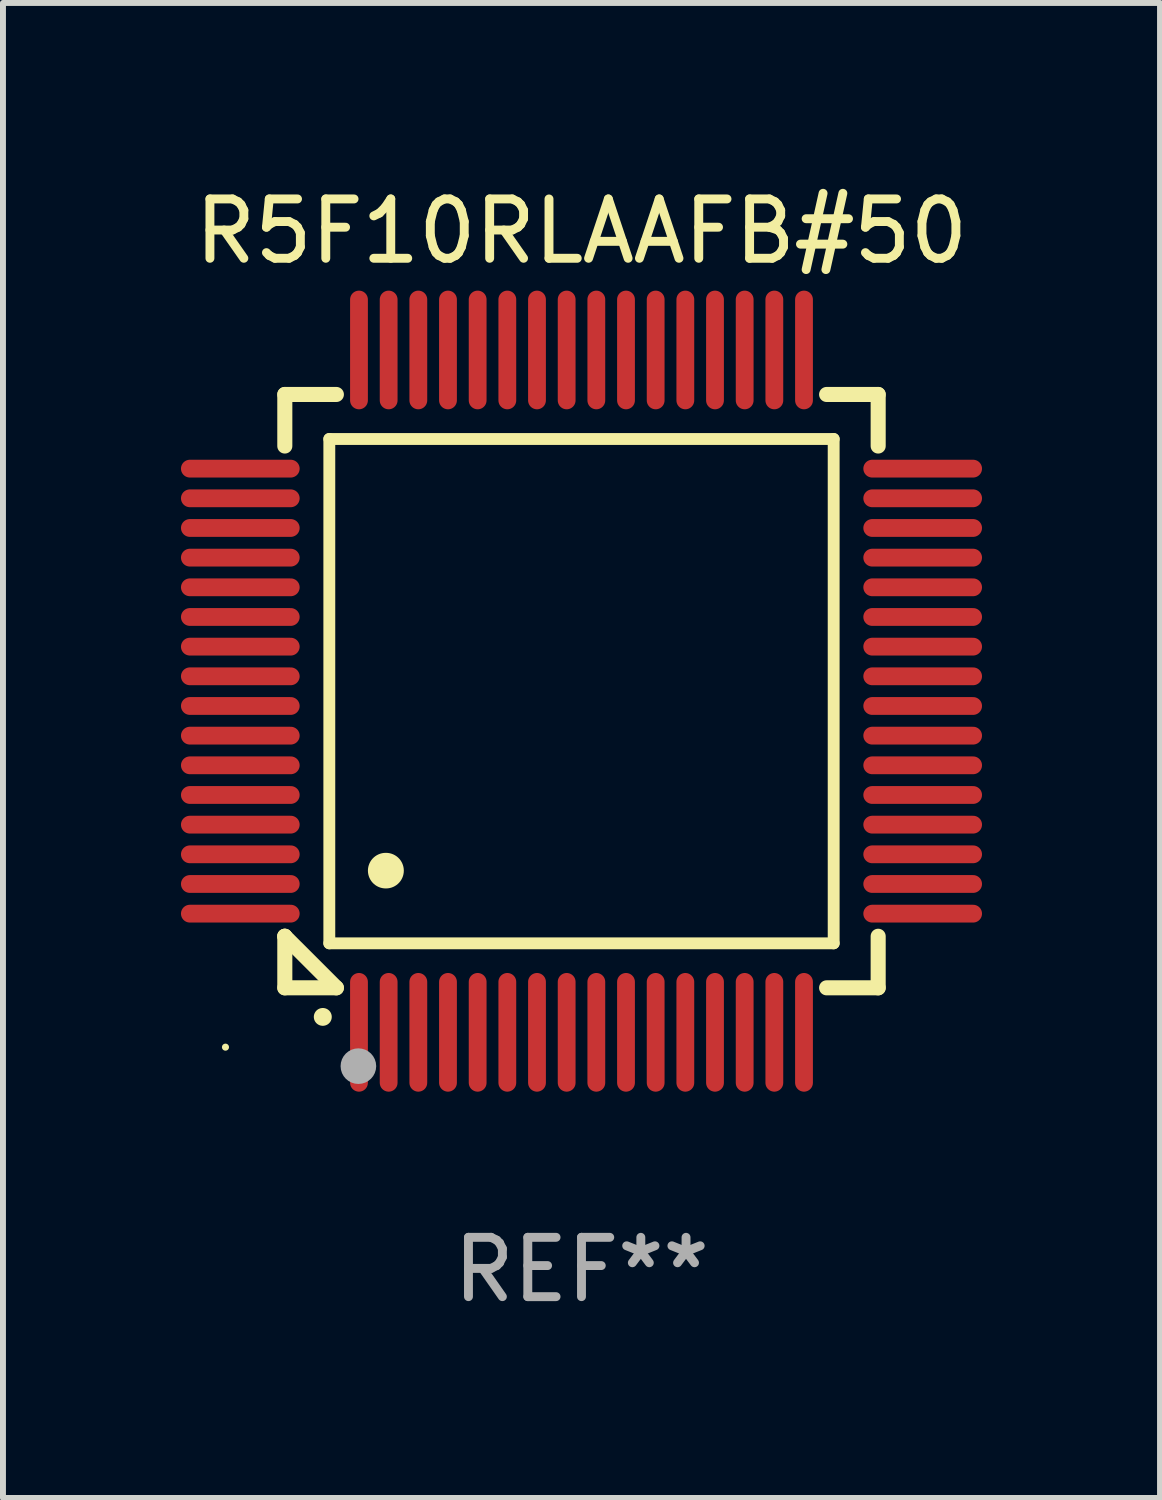
<source format=kicad_pcb>
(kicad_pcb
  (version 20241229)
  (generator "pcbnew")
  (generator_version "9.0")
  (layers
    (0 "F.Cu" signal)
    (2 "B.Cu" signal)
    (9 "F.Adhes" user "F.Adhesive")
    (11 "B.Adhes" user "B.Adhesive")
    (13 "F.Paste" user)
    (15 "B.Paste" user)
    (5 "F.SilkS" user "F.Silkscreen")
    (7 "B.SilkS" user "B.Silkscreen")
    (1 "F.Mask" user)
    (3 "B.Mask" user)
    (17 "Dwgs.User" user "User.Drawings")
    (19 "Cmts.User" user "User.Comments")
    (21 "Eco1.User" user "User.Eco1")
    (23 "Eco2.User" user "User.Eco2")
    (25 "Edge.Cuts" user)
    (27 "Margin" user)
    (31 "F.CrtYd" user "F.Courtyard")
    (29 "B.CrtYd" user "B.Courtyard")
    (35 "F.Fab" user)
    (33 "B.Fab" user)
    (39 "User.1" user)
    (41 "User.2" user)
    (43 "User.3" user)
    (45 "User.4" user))
  (footprint "R5F10RLAAFB#50"
    (layer "F.Cu")
    (at 6.75 8.598)
    (property "Reference" "R5F10RLAAFB#50" (at 0 -7.75 0) (layer "F.SilkS") (effects (font (size 1 1) (thickness 0.15))))
    (attr through_hole)
    (fp_line (start -5 -5) (end -4.131 -5) (stroke (width 0.254) (type solid)) (layer "F.SilkS"))
    (fp_line (start -5 -4.131) (end -5 -5) (stroke (width 0.254) (type solid)) (layer "F.SilkS"))
    (fp_line (start -5 4.131) (end -5 4.131) (stroke (width 0.254) (type solid)) (layer "F.SilkS"))
    (fp_line (start -5 5) (end -5 4.131) (stroke (width 0.254) (type solid)) (layer "F.SilkS"))
    (fp_line (start -5 4.131) (end -4.131 5) (stroke (width 0.254) (type solid)) (layer "F.SilkS"))
    (fp_line (start -4.25 -4.25) (end -4.25 4.25) (stroke (width 0.2) (type solid)) (layer "F.SilkS"))
    (fp_line (start -4.25 4.25) (end 4.25 4.25) (stroke (width 0.2) (type solid)) (layer "F.SilkS"))
    (fp_line (start -4.131 5) (end -5 5) (stroke (width 0.254) (type solid)) (layer "F.SilkS"))
    (fp_line (start 4.25 -4.25) (end -4.25 -4.25) (stroke (width 0.2) (type solid)) (layer "F.SilkS"))
    (fp_line (start 4.25 4.25) (end 4.25 -4.25) (stroke (width 0.2) (type solid)) (layer "F.SilkS"))
    (fp_line (start 5 -5) (end 4.131 -5) (stroke (width 0.254) (type solid)) (layer "F.SilkS"))
    (fp_line (start 5 -5) (end 5 -4.131) (stroke (width 0.254) (type solid)) (layer "F.SilkS"))
    (fp_line (start 5 4.131) (end 5 5) (stroke (width 0.254) (type solid)) (layer "F.SilkS"))
    (fp_line (start 5 5) (end 4.131 5) (stroke (width 0.254) (type solid)) (layer "F.SilkS"))
    (fp_arc (start -4.361265 5.489992) (mid -4.359995 5.489987) (end -4.358725 5.489992) (stroke (width 0.3) (type solid)) (layer "F.SilkS"))
    (fp_arc (start -3.299467 3.025146) (mid -3.296927 3.025135) (end -3.294387 3.025146) (stroke (width 0.6) (type solid)) (layer "F.SilkS"))
    (fp_circle (center -6 6) (end -5.97 6) (stroke (width 0.06) (type solid)) (fill no) (layer "F.SilkS"))
    (fp_circle (center -3.76 6.32) (end -3.61 6.32) (stroke (width 0.3) (type solid)) (fill no) (layer "F.Fab"))
    (fp_text user "REF**" (at 0 9.75 0) (layer "F.Fab") (effects (font (size 1 1) (thickness 0.15))))
    (pad "1" smd oval (at -3.75 5.75) (size 0.3 2) (layers "F.Cu" "F.Mask" "F.Paste"))
    (pad "2" smd oval (at -3.25 5.75) (size 0.3 2) (layers "F.Cu" "F.Mask" "F.Paste"))
    (pad "3" smd oval (at -2.75 5.75) (size 0.3 2) (layers "F.Cu" "F.Mask" "F.Paste"))
    (pad "4" smd oval (at -2.25 5.75) (size 0.3 2) (layers "F.Cu" "F.Mask" "F.Paste"))
    (pad "5" smd oval (at -1.75 5.75) (size 0.3 2) (layers "F.Cu" "F.Mask" "F.Paste"))
    (pad "6" smd oval (at -1.25 5.75) (size 0.3 2) (layers "F.Cu" "F.Mask" "F.Paste"))
    (pad "7" smd oval (at -0.75 5.75) (size 0.3 2) (layers "F.Cu" "F.Mask" "F.Paste"))
    (pad "8" smd oval (at -0.25 5.75) (size 0.3 2) (layers "F.Cu" "F.Mask" "F.Paste"))
    (pad "9" smd oval (at 0.25 5.75) (size 0.3 2) (layers "F.Cu" "F.Mask" "F.Paste"))
    (pad "10" smd oval (at 0.75 5.75) (size 0.3 2) (layers "F.Cu" "F.Mask" "F.Paste"))
    (pad "11" smd oval (at 1.25 5.75) (size 0.3 2) (layers "F.Cu" "F.Mask" "F.Paste"))
    (pad "12" smd oval (at 1.75 5.75) (size 0.3 2) (layers "F.Cu" "F.Mask" "F.Paste"))
    (pad "13" smd oval (at 2.25 5.75) (size 0.3 2) (layers "F.Cu" "F.Mask" "F.Paste"))
    (pad "14" smd oval (at 2.75 5.75) (size 0.3 2) (layers "F.Cu" "F.Mask" "F.Paste"))
    (pad "15" smd oval (at 3.25 5.75) (size 0.3 2) (layers "F.Cu" "F.Mask" "F.Paste"))
    (pad "16" smd oval (at 3.75 5.75) (size 0.3 2) (layers "F.Cu" "F.Mask" "F.Paste"))
    (pad "17" smd oval (at 5.75 3.75) (size 2 0.3) (layers "F.Cu" "F.Mask" "F.Paste"))
    (pad "18" smd oval (at 5.75 3.25) (size 2 0.3) (layers "F.Cu" "F.Mask" "F.Paste"))
    (pad "19" smd oval (at 5.75 2.75) (size 2 0.3) (layers "F.Cu" "F.Mask" "F.Paste"))
    (pad "20" smd oval (at 5.75 2.25) (size 2 0.3) (layers "F.Cu" "F.Mask" "F.Paste"))
    (pad "21" smd oval (at 5.75 1.75) (size 2 0.3) (layers "F.Cu" "F.Mask" "F.Paste"))
    (pad "22" smd oval (at 5.75 1.25) (size 2 0.3) (layers "F.Cu" "F.Mask" "F.Paste"))
    (pad "23" smd oval (at 5.75 0.75) (size 2 0.3) (layers "F.Cu" "F.Mask" "F.Paste"))
    (pad "24" smd oval (at 5.75 0.25) (size 2 0.3) (layers "F.Cu" "F.Mask" "F.Paste"))
    (pad "25" smd oval (at 5.75 -0.25) (size 2 0.3) (layers "F.Cu" "F.Mask" "F.Paste"))
    (pad "26" smd oval (at 5.75 -0.75) (size 2 0.3) (layers "F.Cu" "F.Mask" "F.Paste"))
    (pad "27" smd oval (at 5.75 -1.25) (size 2 0.3) (layers "F.Cu" "F.Mask" "F.Paste"))
    (pad "28" smd oval (at 5.75 -1.75) (size 2 0.3) (layers "F.Cu" "F.Mask" "F.Paste"))
    (pad "29" smd oval (at 5.75 -2.25) (size 2 0.3) (layers "F.Cu" "F.Mask" "F.Paste"))
    (pad "30" smd oval (at 5.75 -2.75) (size 2 0.3) (layers "F.Cu" "F.Mask" "F.Paste"))
    (pad "31" smd oval (at 5.75 -3.25) (size 2 0.3) (layers "F.Cu" "F.Mask" "F.Paste"))
    (pad "32" smd oval (at 5.75 -3.75) (size 2 0.3) (layers "F.Cu" "F.Mask" "F.Paste"))
    (pad "33" smd oval (at 3.75 -5.75) (size 0.3 2) (layers "F.Cu" "F.Mask" "F.Paste"))
    (pad "34" smd oval (at 3.25 -5.75) (size 0.3 2) (layers "F.Cu" "F.Mask" "F.Paste"))
    (pad "35" smd oval (at 2.75 -5.75) (size 0.3 2) (layers "F.Cu" "F.Mask" "F.Paste"))
    (pad "36" smd oval (at 2.25 -5.75) (size 0.3 2) (layers "F.Cu" "F.Mask" "F.Paste"))
    (pad "37" smd oval (at 1.75 -5.75) (size 0.3 2) (layers "F.Cu" "F.Mask" "F.Paste"))
    (pad "38" smd oval (at 1.25 -5.75) (size 0.3 2) (layers "F.Cu" "F.Mask" "F.Paste"))
    (pad "39" smd oval (at 0.75 -5.75) (size 0.3 2) (layers "F.Cu" "F.Mask" "F.Paste"))
    (pad "40" smd oval (at 0.25 -5.75) (size 0.3 2) (layers "F.Cu" "F.Mask" "F.Paste"))
    (pad "41" smd oval (at -0.25 -5.75) (size 0.3 2) (layers "F.Cu" "F.Mask" "F.Paste"))
    (pad "42" smd oval (at -0.75 -5.75) (size 0.3 2) (layers "F.Cu" "F.Mask" "F.Paste"))
    (pad "43" smd oval (at -1.25 -5.75) (size 0.3 2) (layers "F.Cu" "F.Mask" "F.Paste"))
    (pad "44" smd oval (at -1.75 -5.75) (size 0.3 2) (layers "F.Cu" "F.Mask" "F.Paste"))
    (pad "45" smd oval (at -2.25 -5.75) (size 0.3 2) (layers "F.Cu" "F.Mask" "F.Paste"))
    (pad "46" smd oval (at -2.75 -5.75) (size 0.3 2) (layers "F.Cu" "F.Mask" "F.Paste"))
    (pad "47" smd oval (at -3.25 -5.75) (size 0.3 2) (layers "F.Cu" "F.Mask" "F.Paste"))
    (pad "48" smd oval (at -3.75 -5.75) (size 0.3 2) (layers "F.Cu" "F.Mask" "F.Paste"))
    (pad "49" smd oval (at -5.75 -3.75) (size 2 0.3) (layers "F.Cu" "F.Mask" "F.Paste"))
    (pad "50" smd oval (at -5.75 -3.25) (size 2 0.3) (layers "F.Cu" "F.Mask" "F.Paste"))
    (pad "51" smd oval (at -5.75 -2.75) (size 2 0.3) (layers "F.Cu" "F.Mask" "F.Paste"))
    (pad "52" smd oval (at -5.75 -2.25) (size 2 0.3) (layers "F.Cu" "F.Mask" "F.Paste"))
    (pad "53" smd oval (at -5.75 -1.75) (size 2 0.3) (layers "F.Cu" "F.Mask" "F.Paste"))
    (pad "54" smd oval (at -5.75 -1.25) (size 2 0.3) (layers "F.Cu" "F.Mask" "F.Paste"))
    (pad "55" smd oval (at -5.75 -0.75) (size 2 0.3) (layers "F.Cu" "F.Mask" "F.Paste"))
    (pad "56" smd oval (at -5.75 -0.25) (size 2 0.3) (layers "F.Cu" "F.Mask" "F.Paste"))
    (pad "57" smd oval (at -5.75 0.25) (size 2 0.3) (layers "F.Cu" "F.Mask" "F.Paste"))
    (pad "58" smd oval (at -5.75 0.75) (size 2 0.3) (layers "F.Cu" "F.Mask" "F.Paste"))
    (pad "59" smd oval (at -5.75 1.25) (size 2 0.3) (layers "F.Cu" "F.Mask" "F.Paste"))
    (pad "60" smd oval (at -5.75 1.75) (size 2 0.3) (layers "F.Cu" "F.Mask" "F.Paste"))
    (pad "61" smd oval (at -5.75 2.25) (size 2 0.3) (layers "F.Cu" "F.Mask" "F.Paste"))
    (pad "62" smd oval (at -5.75 2.75) (size 2 0.3) (layers "F.Cu" "F.Mask" "F.Paste"))
    (pad "63" smd oval (at -5.75 3.25) (size 2 0.3) (layers "F.Cu" "F.Mask" "F.Paste"))
    (pad "64" smd oval (at -5.75 3.75) (size 2 0.3) (layers "F.Cu" "F.Mask" "F.Paste")))
  (gr_rect
    (start -3 -3)
    (end 16.5 22.196)
    (stroke (width 0.1) (type default))
    (fill no)
    (layer "Edge.Cuts")))
</source>
